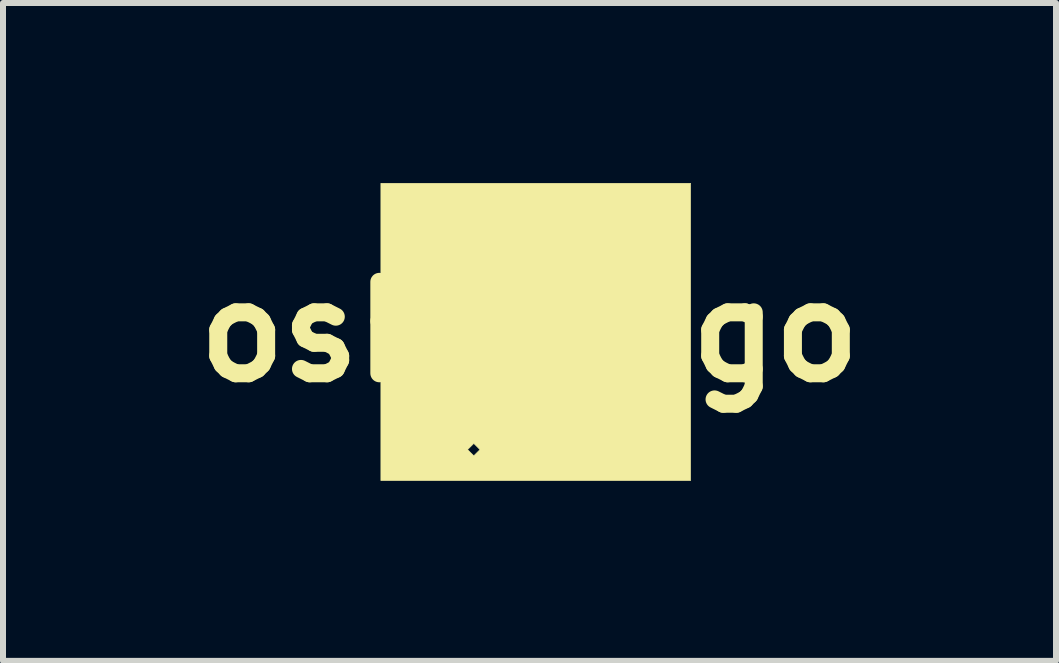
<source format=kicad_pcb>
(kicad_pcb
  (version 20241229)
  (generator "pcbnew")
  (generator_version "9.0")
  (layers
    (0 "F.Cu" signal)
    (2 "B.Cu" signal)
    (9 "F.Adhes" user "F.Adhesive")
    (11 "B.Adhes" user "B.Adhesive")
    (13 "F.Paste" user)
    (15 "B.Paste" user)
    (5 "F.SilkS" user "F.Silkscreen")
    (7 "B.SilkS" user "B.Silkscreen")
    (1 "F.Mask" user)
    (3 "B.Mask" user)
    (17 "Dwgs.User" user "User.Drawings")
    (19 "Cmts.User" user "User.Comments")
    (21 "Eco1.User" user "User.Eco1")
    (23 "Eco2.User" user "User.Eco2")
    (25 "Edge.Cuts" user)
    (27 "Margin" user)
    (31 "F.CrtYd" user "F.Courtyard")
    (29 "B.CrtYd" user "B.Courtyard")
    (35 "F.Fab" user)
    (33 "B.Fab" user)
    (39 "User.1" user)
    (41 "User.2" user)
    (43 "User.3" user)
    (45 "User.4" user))
  (footprint "oshwLogo"
    (layer "F.Cu")
    (at 5.777 2.483)
    (property "Reference" "oshwLogo" (at 0 0 0) (layer "F.SilkS") (effects (font (size 1.524 1.524) (thickness 0.3))))
    (attr through_hole)
    (fp_poly (pts (xy 2.685 2.478) (xy -2.478 2.478) (xy -2.478 1.962) (xy -1.033 1.962) (xy -0.929 2.065) (xy -0.826 1.962) (xy -0.929 1.859) (xy -1.033 1.962) (xy -2.478 1.962) (xy -2.478 -2.478) (xy 2.685 -2.478) (xy 2.685 2.478)) (stroke (width 0.01) (type solid)) (fill yes) (layer "F.SilkS")))
  (gr_rect
    (start -3 -3)
    (end 14.553 7.966)
    (stroke (width 0.1) (type default))
    (fill no)
    (layer "Edge.Cuts")))
</source>
